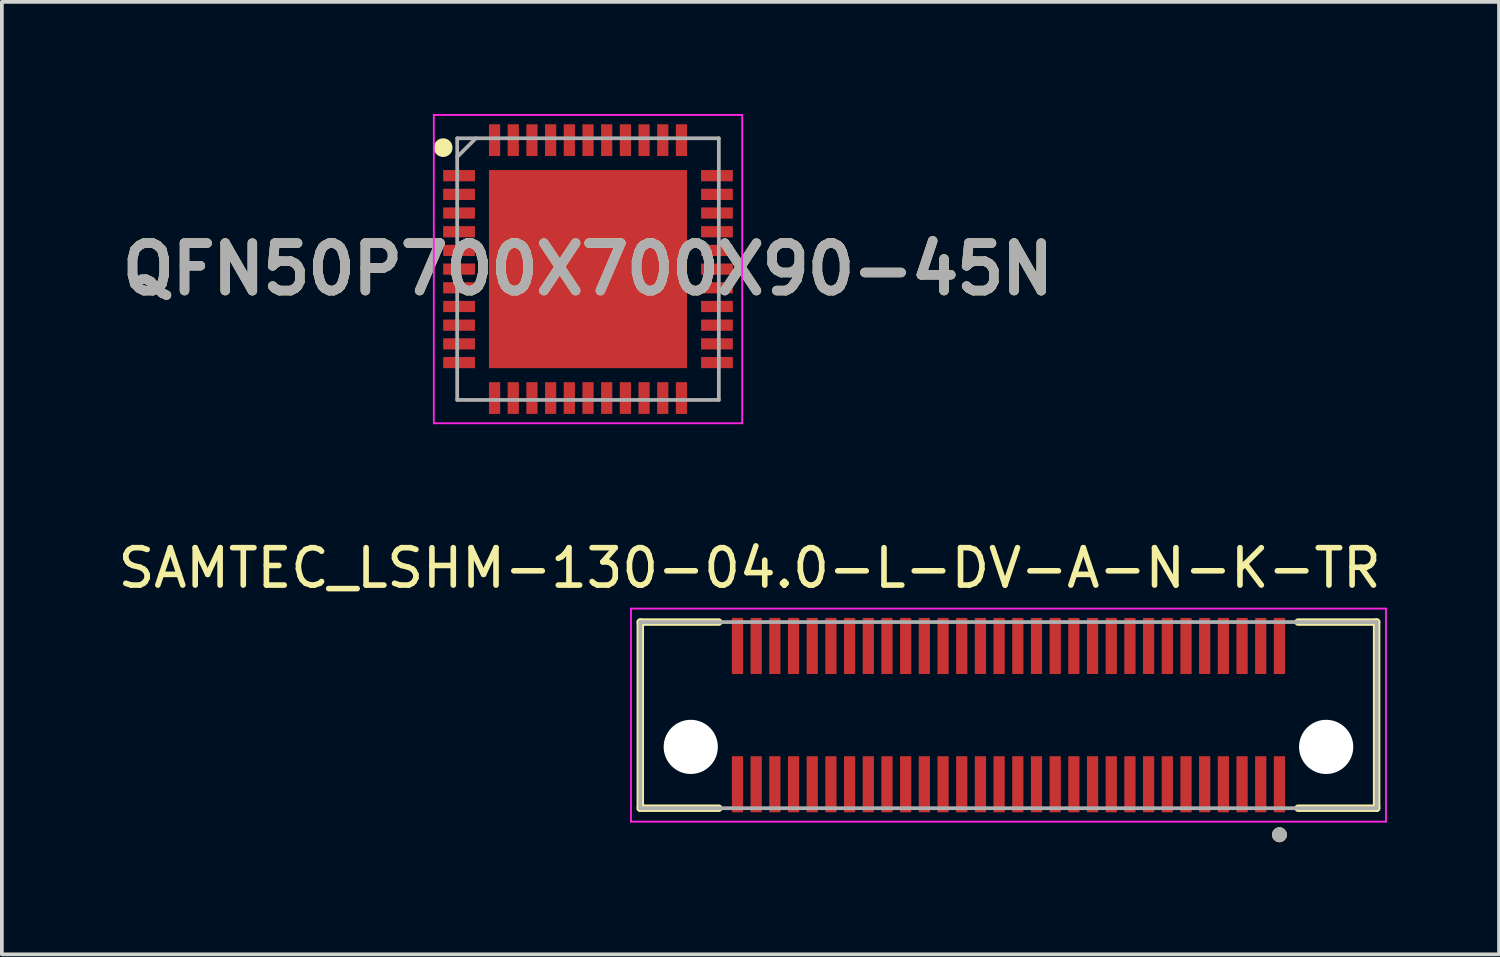
<source format=kicad_pcb>
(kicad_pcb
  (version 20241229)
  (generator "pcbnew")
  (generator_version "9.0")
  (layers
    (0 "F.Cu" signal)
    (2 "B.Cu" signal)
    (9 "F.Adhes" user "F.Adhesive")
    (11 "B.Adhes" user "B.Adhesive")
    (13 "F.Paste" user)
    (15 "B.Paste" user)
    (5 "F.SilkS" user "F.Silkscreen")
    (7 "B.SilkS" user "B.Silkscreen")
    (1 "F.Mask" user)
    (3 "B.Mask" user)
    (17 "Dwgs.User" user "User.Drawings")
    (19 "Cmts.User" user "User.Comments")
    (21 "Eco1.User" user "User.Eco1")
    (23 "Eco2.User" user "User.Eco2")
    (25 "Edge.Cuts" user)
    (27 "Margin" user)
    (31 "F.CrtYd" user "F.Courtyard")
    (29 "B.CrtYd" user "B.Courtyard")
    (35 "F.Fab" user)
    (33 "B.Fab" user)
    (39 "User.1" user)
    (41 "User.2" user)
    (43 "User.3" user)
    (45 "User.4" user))
  (footprint "QFN50P700X700X90-45N"
    (layer "F.Cu")
    (at 12.682 4.15)
    (property "Reference" "QFN50P700X700X90-45N" (at 0 0 0) (layer "F.SilkS") (effects (font (size 1.27 1.27) (thickness 0.254))))
    (attr smd)
    (fp_circle (center -3.875 -3.25) (end -3.875 -3.125) (stroke (width 0.25) (type solid)) (fill no) (layer "F.SilkS"))
    (fp_line (start -4.125 -4.125) (end 4.125 -4.125) (stroke (width 0.05) (type solid)) (layer "F.CrtYd"))
    (fp_line (start -4.125 4.125) (end -4.125 -4.125) (stroke (width 0.05) (type solid)) (layer "F.CrtYd"))
    (fp_line (start 4.125 -4.125) (end 4.125 4.125) (stroke (width 0.05) (type solid)) (layer "F.CrtYd"))
    (fp_line (start 4.125 4.125) (end -4.125 4.125) (stroke (width 0.05) (type solid)) (layer "F.CrtYd"))
    (fp_line (start -3.5 -3.5) (end 3.5 -3.5) (stroke (width 0.1) (type solid)) (layer "F.Fab"))
    (fp_line (start -3.5 -3) (end -3 -3.5) (stroke (width 0.1) (type solid)) (layer "F.Fab"))
    (fp_line (start -3.5 3.5) (end -3.5 -3.5) (stroke (width 0.1) (type solid)) (layer "F.Fab"))
    (fp_line (start 3.5 -3.5) (end 3.5 3.5) (stroke (width 0.1) (type solid)) (layer "F.Fab"))
    (fp_line (start 3.5 3.5) (end -3.5 3.5) (stroke (width 0.1) (type solid)) (layer "F.Fab"))
    (fp_text user "${REFERENCE}" (at 0 0 0) (layer "F.Fab") (effects (font (size 1.27 1.27) (thickness 0.254))))
    (pad "1" smd rect (at -3.45 -2.5 90) (size 0.3 0.85) (layers "F.Cu" "F.Mask" "F.Paste"))
    (pad "2" smd rect (at -3.45 -2 90) (size 0.3 0.85) (layers "F.Cu" "F.Mask" "F.Paste"))
    (pad "3" smd rect (at -3.45 -1.5 90) (size 0.3 0.85) (layers "F.Cu" "F.Mask" "F.Paste"))
    (pad "4" smd rect (at -3.45 -1 90) (size 0.3 0.85) (layers "F.Cu" "F.Mask" "F.Paste"))
    (pad "5" smd rect (at -3.45 -0.5 90) (size 0.3 0.85) (layers "F.Cu" "F.Mask" "F.Paste"))
    (pad "6" smd rect (at -3.45 0 90) (size 0.3 0.85) (layers "F.Cu" "F.Mask" "F.Paste"))
    (pad "7" smd rect (at -3.45 0.5 90) (size 0.3 0.85) (layers "F.Cu" "F.Mask" "F.Paste"))
    (pad "8" smd rect (at -3.45 1 90) (size 0.3 0.85) (layers "F.Cu" "F.Mask" "F.Paste"))
    (pad "9" smd rect (at -3.45 1.5 90) (size 0.3 0.85) (layers "F.Cu" "F.Mask" "F.Paste"))
    (pad "10" smd rect (at -3.45 2 90) (size 0.3 0.85) (layers "F.Cu" "F.Mask" "F.Paste"))
    (pad "11" smd rect (at -3.45 2.5 90) (size 0.3 0.85) (layers "F.Cu" "F.Mask" "F.Paste"))
    (pad "12" smd rect (at -2.5 3.45) (size 0.3 0.85) (layers "F.Cu" "F.Mask" "F.Paste"))
    (pad "13" smd rect (at -2 3.45) (size 0.3 0.85) (layers "F.Cu" "F.Mask" "F.Paste"))
    (pad "14" smd rect (at -1.5 3.45) (size 0.3 0.85) (layers "F.Cu" "F.Mask" "F.Paste"))
    (pad "15" smd rect (at -1 3.45) (size 0.3 0.85) (layers "F.Cu" "F.Mask" "F.Paste"))
    (pad "16" smd rect (at -0.5 3.45) (size 0.3 0.85) (layers "F.Cu" "F.Mask" "F.Paste"))
    (pad "17" smd rect (at 0 3.45) (size 0.3 0.85) (layers "F.Cu" "F.Mask" "F.Paste"))
    (pad "18" smd rect (at 0.5 3.45) (size 0.3 0.85) (layers "F.Cu" "F.Mask" "F.Paste"))
    (pad "19" smd rect (at 1 3.45) (size 0.3 0.85) (layers "F.Cu" "F.Mask" "F.Paste"))
    (pad "20" smd rect (at 1.5 3.45) (size 0.3 0.85) (layers "F.Cu" "F.Mask" "F.Paste"))
    (pad "21" smd rect (at 2 3.45) (size 0.3 0.85) (layers "F.Cu" "F.Mask" "F.Paste"))
    (pad "22" smd rect (at 2.5 3.45) (size 0.3 0.85) (layers "F.Cu" "F.Mask" "F.Paste"))
    (pad "23" smd rect (at 3.45 2.5 90) (size 0.3 0.85) (layers "F.Cu" "F.Mask" "F.Paste"))
    (pad "24" smd rect (at 3.45 2 90) (size 0.3 0.85) (layers "F.Cu" "F.Mask" "F.Paste"))
    (pad "25" smd rect (at 3.45 1.5 90) (size 0.3 0.85) (layers "F.Cu" "F.Mask" "F.Paste"))
    (pad "26" smd rect (at 3.45 1 90) (size 0.3 0.85) (layers "F.Cu" "F.Mask" "F.Paste"))
    (pad "27" smd rect (at 3.45 0.5 90) (size 0.3 0.85) (layers "F.Cu" "F.Mask" "F.Paste"))
    (pad "28" smd rect (at 3.45 0 90) (size 0.3 0.85) (layers "F.Cu" "F.Mask" "F.Paste"))
    (pad "29" smd rect (at 3.45 -0.5 90) (size 0.3 0.85) (layers "F.Cu" "F.Mask" "F.Paste"))
    (pad "30" smd rect (at 3.45 -1 90) (size 0.3 0.85) (layers "F.Cu" "F.Mask" "F.Paste"))
    (pad "31" smd rect (at 3.45 -1.5 90) (size 0.3 0.85) (layers "F.Cu" "F.Mask" "F.Paste"))
    (pad "32" smd rect (at 3.45 -2 90) (size 0.3 0.85) (layers "F.Cu" "F.Mask" "F.Paste"))
    (pad "33" smd rect (at 3.45 -2.5 90) (size 0.3 0.85) (layers "F.Cu" "F.Mask" "F.Paste"))
    (pad "34" smd rect (at 2.5 -3.45) (size 0.3 0.85) (layers "F.Cu" "F.Mask" "F.Paste"))
    (pad "35" smd rect (at 2 -3.45) (size 0.3 0.85) (layers "F.Cu" "F.Mask" "F.Paste"))
    (pad "36" smd rect (at 1.5 -3.45) (size 0.3 0.85) (layers "F.Cu" "F.Mask" "F.Paste"))
    (pad "37" smd rect (at 1 -3.45) (size 0.3 0.85) (layers "F.Cu" "F.Mask" "F.Paste"))
    (pad "38" smd rect (at 0.5 -3.45) (size 0.3 0.85) (layers "F.Cu" "F.Mask" "F.Paste"))
    (pad "39" smd rect (at 0 -3.45) (size 0.3 0.85) (layers "F.Cu" "F.Mask" "F.Paste"))
    (pad "40" smd rect (at -0.5 -3.45) (size 0.3 0.85) (layers "F.Cu" "F.Mask" "F.Paste"))
    (pad "41" smd rect (at -1 -3.45) (size 0.3 0.85) (layers "F.Cu" "F.Mask" "F.Paste"))
    (pad "42" smd rect (at -1.5 -3.45) (size 0.3 0.85) (layers "F.Cu" "F.Mask" "F.Paste"))
    (pad "43" smd rect (at -2 -3.45) (size 0.3 0.85) (layers "F.Cu" "F.Mask" "F.Paste"))
    (pad "44" smd rect (at -2.5 -3.45) (size 0.3 0.85) (layers "F.Cu" "F.Mask" "F.Paste"))
    (pad "45" smd rect (at 0 0) (size 5.3 5.3) (layers "F.Cu" "F.Mask" "F.Paste")))
  (footprint "SAMTEC_LSHM-130-04.0-L-DV-A-N-K-TR"
    (layer "F.Cu")
    (at 23.931 16.083)
    (property "Reference" "SAMTEC_LSHM-130-04.0-L-DV-A-N-K-TR" (at -6.925 -3.935 0) (layer "F.SilkS") (effects (font (size 1 1) (thickness 0.15))))
    (attr smd allow_soldermask_bridges)
    (fp_line (start -9.85 2.49) (end -9.85 -2.49) (stroke (width 0.2) (type solid)) (layer "F.SilkS"))
    (fp_line (start -9.85 2.49) (end -7.75 2.49) (stroke (width 0.2) (type solid)) (layer "F.SilkS"))
    (fp_line (start -7.75 -2.49) (end -9.85 -2.49) (stroke (width 0.2) (type solid)) (layer "F.SilkS"))
    (fp_line (start 7.75 2.49) (end 9.85 2.49) (stroke (width 0.2) (type solid)) (layer "F.SilkS"))
    (fp_line (start 9.85 -2.49) (end 7.75 -2.49) (stroke (width 0.2) (type solid)) (layer "F.SilkS"))
    (fp_line (start 9.85 2.49) (end 9.85 -2.49) (stroke (width 0.2) (type solid)) (layer "F.SilkS"))
    (fp_circle (center 7.25 3.2) (end 7.35 3.2) (stroke (width 0.2) (type solid)) (fill no) (layer "F.SilkS"))
    (fp_line (start -10.1 -2.85) (end 10.1 -2.85) (stroke (width 0.05) (type solid)) (layer "F.CrtYd"))
    (fp_line (start -10.1 2.85) (end -10.1 -2.85) (stroke (width 0.05) (type solid)) (layer "F.CrtYd"))
    (fp_line (start 10.1 -2.85) (end 10.1 2.85) (stroke (width 0.05) (type solid)) (layer "F.CrtYd"))
    (fp_line (start 10.1 2.85) (end -10.1 2.85) (stroke (width 0.05) (type solid)) (layer "F.CrtYd"))
    (fp_line (start -9.85 -2.49) (end 9.85 -2.49) (stroke (width 0.1) (type solid)) (layer "F.Fab"))
    (fp_line (start -9.85 2.49) (end -9.85 -2.49) (stroke (width 0.1) (type solid)) (layer "F.Fab"))
    (fp_line (start 9.85 -2.49) (end 9.85 2.49) (stroke (width 0.1) (type solid)) (layer "F.Fab"))
    (fp_line (start 9.85 2.49) (end -9.85 2.49) (stroke (width 0.1) (type solid)) (layer "F.Fab"))
    (fp_circle (center 7.25 3.2) (end 7.35 3.2) (stroke (width 0.2) (type solid)) (fill no) (layer "F.Fab"))
    (pad "" np_thru_hole circle (at -8.5 0.85) (size 1.45 1.45) (drill 1.45) (layers "*.Cu" "*.Mask"))
    (pad "" np_thru_hole circle (at 8.5 0.85) (size 1.45 1.45) (drill 1.45) (layers "*.Cu" "*.Mask"))
    (pad "1" smd rect (at 7.25 1.85) (size 0.3 1.5) (layers "F.Cu" "F.Mask" "F.Paste"))
    (pad "2" smd rect (at 7.25 -1.85) (size 0.3 1.5) (layers "F.Cu" "F.Mask" "F.Paste"))
    (pad "3" smd rect (at 6.75 1.85) (size 0.3 1.5) (layers "F.Cu" "F.Mask" "F.Paste"))
    (pad "4" smd rect (at 6.75 -1.85) (size 0.3 1.5) (layers "F.Cu" "F.Mask" "F.Paste"))
    (pad "5" smd rect (at 6.25 1.85) (size 0.3 1.5) (layers "F.Cu" "F.Mask" "F.Paste"))
    (pad "6" smd rect (at 6.25 -1.85) (size 0.3 1.5) (layers "F.Cu" "F.Mask" "F.Paste"))
    (pad "7" smd rect (at 5.75 1.85) (size 0.3 1.5) (layers "F.Cu" "F.Mask" "F.Paste"))
    (pad "8" smd rect (at 5.75 -1.85) (size 0.3 1.5) (layers "F.Cu" "F.Mask" "F.Paste"))
    (pad "9" smd rect (at 5.25 1.85) (size 0.3 1.5) (layers "F.Cu" "F.Mask" "F.Paste"))
    (pad "10" smd rect (at 5.25 -1.85) (size 0.3 1.5) (layers "F.Cu" "F.Mask" "F.Paste"))
    (pad "11" smd rect (at 4.75 1.85) (size 0.3 1.5) (layers "F.Cu" "F.Mask" "F.Paste"))
    (pad "12" smd rect (at 4.75 -1.85) (size 0.3 1.5) (layers "F.Cu" "F.Mask" "F.Paste"))
    (pad "13" smd rect (at 4.25 1.85) (size 0.3 1.5) (layers "F.Cu" "F.Mask" "F.Paste"))
    (pad "14" smd rect (at 4.25 -1.85) (size 0.3 1.5) (layers "F.Cu" "F.Mask" "F.Paste"))
    (pad "15" smd rect (at 3.75 1.85) (size 0.3 1.5) (layers "F.Cu" "F.Mask" "F.Paste"))
    (pad "16" smd rect (at 3.75 -1.85) (size 0.3 1.5) (layers "F.Cu" "F.Mask" "F.Paste"))
    (pad "17" smd rect (at 3.25 1.85) (size 0.3 1.5) (layers "F.Cu" "F.Mask" "F.Paste"))
    (pad "18" smd rect (at 3.25 -1.85) (size 0.3 1.5) (layers "F.Cu" "F.Mask" "F.Paste"))
    (pad "19" smd rect (at 2.75 1.85) (size 0.3 1.5) (layers "F.Cu" "F.Mask" "F.Paste"))
    (pad "20" smd rect (at 2.75 -1.85) (size 0.3 1.5) (layers "F.Cu" "F.Mask" "F.Paste"))
    (pad "21" smd rect (at 2.25 1.85) (size 0.3 1.5) (layers "F.Cu" "F.Mask" "F.Paste"))
    (pad "22" smd rect (at 2.25 -1.85) (size 0.3 1.5) (layers "F.Cu" "F.Mask" "F.Paste"))
    (pad "23" smd rect (at 1.75 1.85) (size 0.3 1.5) (layers "F.Cu" "F.Mask" "F.Paste"))
    (pad "24" smd rect (at 1.75 -1.85) (size 0.3 1.5) (layers "F.Cu" "F.Mask" "F.Paste"))
    (pad "25" smd rect (at 1.25 1.85) (size 0.3 1.5) (layers "F.Cu" "F.Mask" "F.Paste"))
    (pad "26" smd rect (at 1.25 -1.85) (size 0.3 1.5) (layers "F.Cu" "F.Mask" "F.Paste"))
    (pad "27" smd rect (at 0.75 1.85) (size 0.3 1.5) (layers "F.Cu" "F.Mask" "F.Paste"))
    (pad "28" smd rect (at 0.75 -1.85) (size 0.3 1.5) (layers "F.Cu" "F.Mask" "F.Paste"))
    (pad "29" smd rect (at 0.25 1.85) (size 0.3 1.5) (layers "F.Cu" "F.Mask" "F.Paste"))
    (pad "30" smd rect (at 0.25 -1.85) (size 0.3 1.5) (layers "F.Cu" "F.Mask" "F.Paste"))
    (pad "31" smd rect (at -0.25 1.85) (size 0.3 1.5) (layers "F.Cu" "F.Mask" "F.Paste"))
    (pad "32" smd rect (at -0.25 -1.85) (size 0.3 1.5) (layers "F.Cu" "F.Mask" "F.Paste"))
    (pad "33" smd rect (at -0.75 1.85) (size 0.3 1.5) (layers "F.Cu" "F.Mask" "F.Paste"))
    (pad "34" smd rect (at -0.75 -1.85) (size 0.3 1.5) (layers "F.Cu" "F.Mask" "F.Paste"))
    (pad "35" smd rect (at -1.25 1.85) (size 0.3 1.5) (layers "F.Cu" "F.Mask" "F.Paste"))
    (pad "36" smd rect (at -1.25 -1.85) (size 0.3 1.5) (layers "F.Cu" "F.Mask" "F.Paste"))
    (pad "37" smd rect (at -1.75 1.85) (size 0.3 1.5) (layers "F.Cu" "F.Mask" "F.Paste"))
    (pad "38" smd rect (at -1.75 -1.85) (size 0.3 1.5) (layers "F.Cu" "F.Mask" "F.Paste"))
    (pad "39" smd rect (at -2.25 1.85) (size 0.3 1.5) (layers "F.Cu" "F.Mask" "F.Paste"))
    (pad "40" smd rect (at -2.25 -1.85) (size 0.3 1.5) (layers "F.Cu" "F.Mask" "F.Paste"))
    (pad "41" smd rect (at -2.75 1.85) (size 0.3 1.5) (layers "F.Cu" "F.Mask" "F.Paste"))
    (pad "42" smd rect (at -2.75 -1.85) (size 0.3 1.5) (layers "F.Cu" "F.Mask" "F.Paste"))
    (pad "43" smd rect (at -3.25 1.85) (size 0.3 1.5) (layers "F.Cu" "F.Mask" "F.Paste"))
    (pad "44" smd rect (at -3.25 -1.85) (size 0.3 1.5) (layers "F.Cu" "F.Mask" "F.Paste"))
    (pad "45" smd rect (at -3.75 1.85) (size 0.3 1.5) (layers "F.Cu" "F.Mask" "F.Paste"))
    (pad "46" smd rect (at -3.75 -1.85) (size 0.3 1.5) (layers "F.Cu" "F.Mask" "F.Paste"))
    (pad "47" smd rect (at -4.25 1.85) (size 0.3 1.5) (layers "F.Cu" "F.Mask" "F.Paste"))
    (pad "48" smd rect (at -4.25 -1.85) (size 0.3 1.5) (layers "F.Cu" "F.Mask" "F.Paste"))
    (pad "49" smd rect (at -4.75 1.85) (size 0.3 1.5) (layers "F.Cu" "F.Mask" "F.Paste"))
    (pad "50" smd rect (at -4.75 -1.85) (size 0.3 1.5) (layers "F.Cu" "F.Mask" "F.Paste"))
    (pad "51" smd rect (at -5.25 1.85) (size 0.3 1.5) (layers "F.Cu" "F.Mask" "F.Paste"))
    (pad "52" smd rect (at -5.25 -1.85) (size 0.3 1.5) (layers "F.Cu" "F.Mask" "F.Paste"))
    (pad "53" smd rect (at -5.75 1.85) (size 0.3 1.5) (layers "F.Cu" "F.Mask" "F.Paste"))
    (pad "54" smd rect (at -5.75 -1.85) (size 0.3 1.5) (layers "F.Cu" "F.Mask" "F.Paste"))
    (pad "55" smd rect (at -6.25 1.85) (size 0.3 1.5) (layers "F.Cu" "F.Mask" "F.Paste"))
    (pad "56" smd rect (at -6.25 -1.85) (size 0.3 1.5) (layers "F.Cu" "F.Mask" "F.Paste"))
    (pad "57" smd rect (at -6.75 1.85) (size 0.3 1.5) (layers "F.Cu" "F.Mask" "F.Paste"))
    (pad "58" smd rect (at -6.75 -1.85) (size 0.3 1.5) (layers "F.Cu" "F.Mask" "F.Paste"))
    (pad "59" smd rect (at -7.25 1.85) (size 0.3 1.5) (layers "F.Cu" "F.Mask" "F.Paste"))
    (pad "60" smd rect (at -7.25 -1.85) (size 0.3 1.5) (layers "F.Cu" "F.Mask" "F.Paste")))
  (gr_rect
    (start -3 -3)
    (end 37.056 22.483)
    (stroke (width 0.1) (type default))
    (fill no)
    (layer "Edge.Cuts")))
</source>
